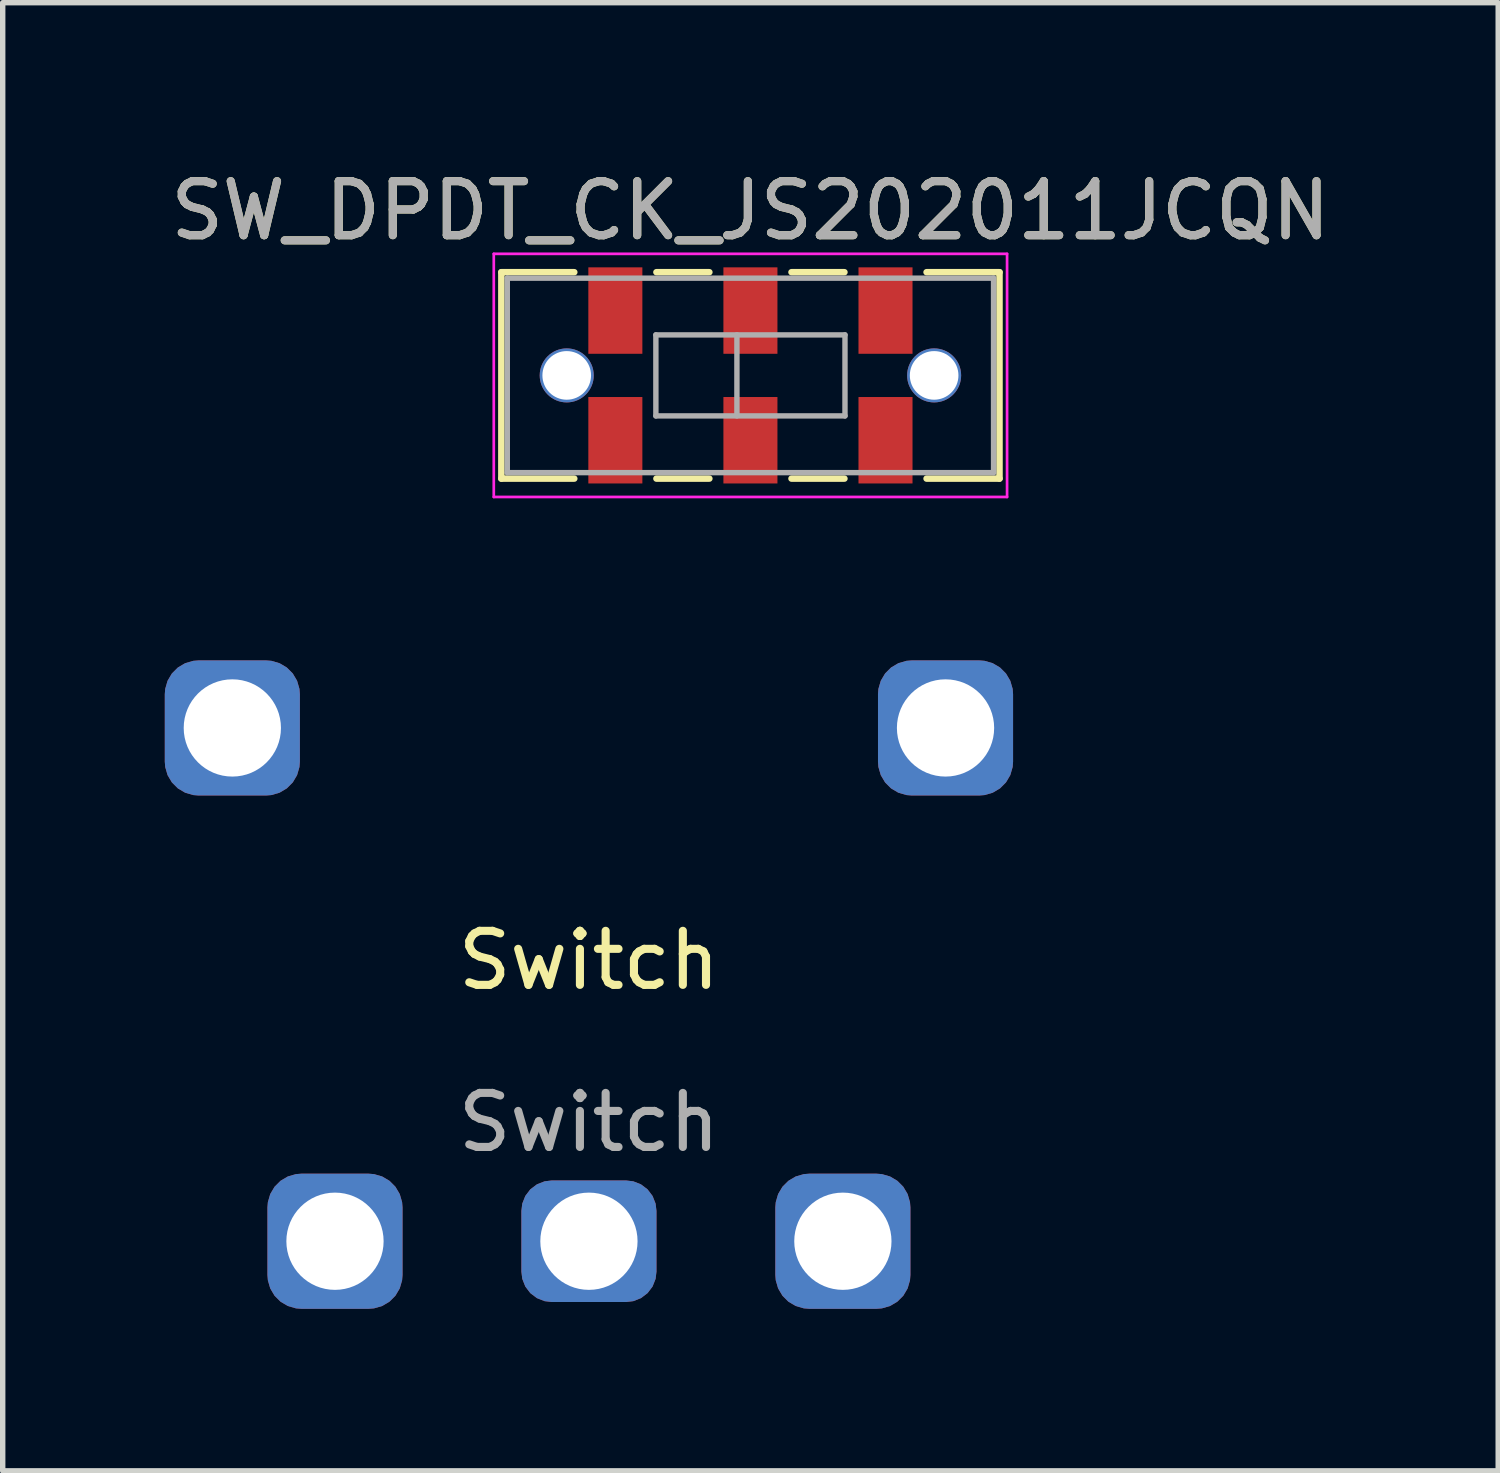
<source format=kicad_pcb>
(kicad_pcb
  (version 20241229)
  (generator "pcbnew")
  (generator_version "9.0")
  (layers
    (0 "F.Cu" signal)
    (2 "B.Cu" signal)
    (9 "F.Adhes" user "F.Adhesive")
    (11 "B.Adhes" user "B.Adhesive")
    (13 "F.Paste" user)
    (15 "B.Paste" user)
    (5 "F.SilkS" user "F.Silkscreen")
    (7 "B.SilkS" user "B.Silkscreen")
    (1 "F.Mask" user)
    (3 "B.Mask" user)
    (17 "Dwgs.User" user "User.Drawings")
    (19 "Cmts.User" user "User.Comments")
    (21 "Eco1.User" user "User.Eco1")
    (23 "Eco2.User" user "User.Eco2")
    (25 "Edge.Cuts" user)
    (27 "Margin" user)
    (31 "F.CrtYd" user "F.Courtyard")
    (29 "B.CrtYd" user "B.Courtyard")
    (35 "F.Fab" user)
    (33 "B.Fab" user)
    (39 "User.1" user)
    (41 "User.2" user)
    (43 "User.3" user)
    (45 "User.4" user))
  (footprint "SW_DPDT_CK_JS202011JCQN"
    (layer "F.Cu")
    (at 10.839 3.898)
    (property "Reference" "SW_DPDT_CK_JS202011JCQN" (at 0 -3.05 0) (layer "F.SilkS") (effects (font (size 1 1) (thickness 0.15))))
    (attr smd)
    (fp_line (start -4.61 -1.91) (end -4.61 1.91) (stroke (width 0.12) (type solid)) (layer "F.SilkS"))
    (fp_line (start -4.61 1.91) (end -3.26 1.91) (stroke (width 0.12) (type solid)) (layer "F.SilkS"))
    (fp_line (start -3.26 -1.91) (end -4.61 -1.91) (stroke (width 0.12) (type solid)) (layer "F.SilkS"))
    (fp_line (start -0.76 -1.91) (end -1.74 -1.91) (stroke (width 0.12) (type solid)) (layer "F.SilkS"))
    (fp_line (start -0.76 1.91) (end -1.74 1.91) (stroke (width 0.12) (type solid)) (layer "F.SilkS"))
    (fp_line (start 1.74 -1.91) (end 0.76 -1.91) (stroke (width 0.12) (type solid)) (layer "F.SilkS"))
    (fp_line (start 1.74 1.91) (end 0.76 1.91) (stroke (width 0.12) (type solid)) (layer "F.SilkS"))
    (fp_line (start 4.61 -1.91) (end 3.26 -1.91) (stroke (width 0.12) (type solid)) (layer "F.SilkS"))
    (fp_line (start 4.61 -1.91) (end 4.61 1.91) (stroke (width 0.12) (type solid)) (layer "F.SilkS"))
    (fp_line (start 4.61 1.91) (end 3.26 1.91) (stroke (width 0.12) (type solid)) (layer "F.SilkS"))
    (fp_line (start -4.75 -2.25) (end -4.75 2.25) (stroke (width 0.05) (type solid)) (layer "F.CrtYd"))
    (fp_line (start -4.75 -2.25) (end 4.75 -2.25) (stroke (width 0.05) (type solid)) (layer "F.CrtYd"))
    (fp_line (start 4.75 -2.25) (end 4.75 2.25) (stroke (width 0.05) (type solid)) (layer "F.CrtYd"))
    (fp_line (start 4.75 2.25) (end -4.75 2.25) (stroke (width 0.05) (type solid)) (layer "F.CrtYd"))
    (fp_line (start -4.5 -1.8) (end 4.5 -1.8) (stroke (width 0.1) (type solid)) (layer "F.Fab"))
    (fp_line (start -4.5 1.8) (end -4.5 -1.8) (stroke (width 0.1) (type solid)) (layer "F.Fab"))
    (fp_line (start -1.75 -0.75) (end -1.75 0.75) (stroke (width 0.1) (type solid)) (layer "F.Fab"))
    (fp_line (start -1.75 -0.75) (end 1.75 -0.75) (stroke (width 0.1) (type solid)) (layer "F.Fab"))
    (fp_line (start -0.25 -0.75) (end -0.25 0.75) (stroke (width 0.1) (type solid)) (layer "F.Fab"))
    (fp_line (start 1.75 -0.75) (end 1.75 0.75) (stroke (width 0.1) (type solid)) (layer "F.Fab"))
    (fp_line (start 1.75 0.75) (end -1.75 0.75) (stroke (width 0.1) (type solid)) (layer "F.Fab"))
    (fp_line (start 4.5 -1.8) (end 4.5 1.8) (stroke (width 0.1) (type solid)) (layer "F.Fab"))
    (fp_line (start 4.5 1.8) (end -4.5 1.8) (stroke (width 0.1) (type solid)) (layer "F.Fab"))
    (fp_text user "${REFERENCE}" (at 0 -3.05 0) (layer "F.Fab") (effects (font (size 1 1) (thickness 0.15))))
    (pad "" np_thru_hole circle (at -3.4 0) (size 1 1) (drill 0.9) (layers "*.Cu" "*.Mask"))
    (pad "" np_thru_hole circle (at 3.4 0) (size 1 1) (drill 0.9) (layers "*.Cu" "*.Mask"))
    (pad "1" smd rect (at -2.5 -1.2) (size 1 1.6) (layers "F.Cu" "F.Mask" "F.Paste"))
    (pad "1" smd rect (at -2.5 1.2) (size 1 1.6) (layers "F.Cu" "F.Mask" "F.Paste"))
    (pad "2" smd rect (at 0 -1.2) (size 1 1.6) (layers "F.Cu" "F.Mask" "F.Paste"))
    (pad "2" smd rect (at 0 1.2) (size 1 1.6) (layers "F.Cu" "F.Mask" "F.Paste"))
    (pad "3" smd rect (at 2.5 -1.2) (size 1 1.6) (layers "F.Cu" "F.Mask" "F.Paste"))
    (pad "3" smd rect (at 2.5 1.2) (size 1 1.6) (layers "F.Cu" "F.Mask" "F.Paste")))
  (footprint "Switch"
    (layer "F.Cu")
    (at 7.85 15.223)
    (property "Reference" "Switch" (at 0 -0.5 0) (unlocked yes) (layer "F.SilkS") (effects (font (size 1 1) (thickness 0.15))))
    (attr smd)
    (fp_text user "${REFERENCE}" (at 0 2.5 0) (unlocked yes) (layer "F.Fab") (effects (font (size 1 1) (thickness 0.15))))
    (pad "1" thru_hole roundrect (at -4.7 4.7) (size 2.5 2.5) (drill 1.8) (layers "*.Cu" "*.Mask") (roundrect_rratio 0.25))
    (pad "2" thru_hole roundrect (at 0 4.7 90) (size 2.25 2.5) (drill 1.8) (layers "*.Cu" "*.Mask") (roundrect_rratio 0.25))
    (pad "3" thru_hole roundrect (at 4.7 4.7) (size 2.5 2.5) (drill 1.8) (layers "*.Cu" "*.Mask") (roundrect_rratio 0.25))
    (pad "4" thru_hole roundrect (at -6.6 -4.8) (size 2.5 2.5) (drill 1.8) (layers "*.Cu" "*.Mask") (roundrect_rratio 0.25))
    (pad "5" thru_hole roundrect (at 6.6 -4.8) (size 2.5 2.5) (drill 1.8) (layers "*.Cu" "*.Mask") (roundrect_rratio 0.25)))
  (gr_rect
    (start -3 -3)
    (end 24.679 24.173)
    (stroke (width 0.1) (type default))
    (fill no)
    (layer "Edge.Cuts")))
</source>
